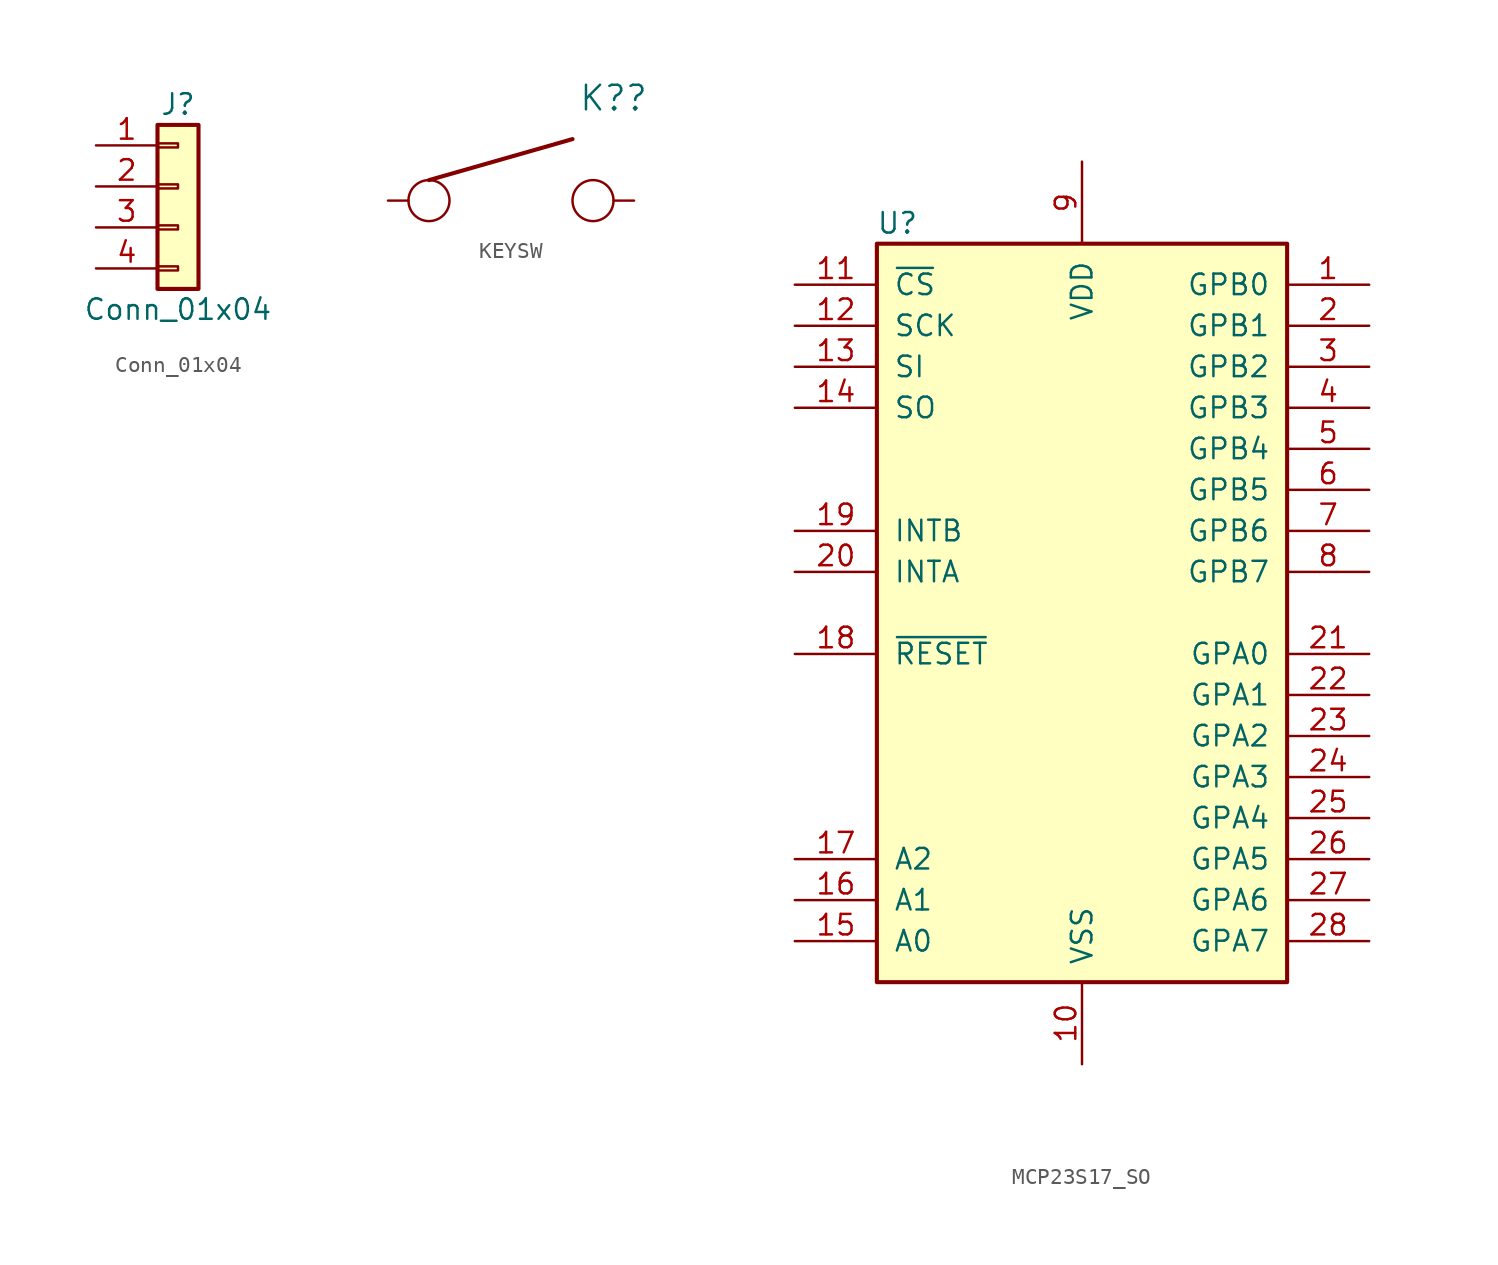
<source format=kicad_sym>
(kicad_symbol_lib
  (version 20211014)
  (generator kicad_symbol_editor)
  (symbol "Conn_01x04"
    (pin_names
      (offset 1.016) hide)
    (property "Reference" "J"
      (at 0 5.08 0)
      (effects (font (size 1.27 1.27))))
    (property "Value" "Conn_01x04"
      (at 0 -7.62 0)
      (effects (font (size 1.27 1.27))))
    (symbol "Conn_01x04_1_1"
      (rectangle (start -1.27 -4.953) (end 0 -5.207) (stroke (width 0.152) (type default) (color 0 0 0 0)) (fill (type none)))
      (rectangle (start -1.27 -2.413) (end 0 -2.667) (stroke (width 0.152) (type default) (color 0 0 0 0)) (fill (type none)))
      (rectangle (start -1.27 0.127) (end 0 -0.127) (stroke (width 0.152) (type default) (color 0 0 0 0)) (fill (type none)))
      (rectangle (start -1.27 2.667) (end 0 2.413) (stroke (width 0.152) (type default) (color 0 0 0 0)) (fill (type none)))
      (rectangle (start -1.27 3.81) (end 1.27 -6.35) (stroke (width 0.254) (type default) (color 0 0 0 0)) (fill (type background)))
      (pin power_out line (at -5.08 2.54 0) (length 3.81) (name "Pin_1" (effects (font (size 1.27 1.27)))) (number "1" (effects (font (size 1.27 1.27)))))
      (pin passive line (at -5.08 0 0) (length 3.81) (name "Pin_2" (effects (font (size 1.27 1.27)))) (number "2" (effects (font (size 1.27 1.27)))))
      (pin passive line (at -5.08 -2.54 0) (length 3.81) (name "Pin_3" (effects (font (size 1.27 1.27)))) (number "3" (effects (font (size 1.27 1.27)))))
      (pin power_out line (at -5.08 -5.08 0) (length 3.81) (name "Pin_4" (effects (font (size 1.27 1.27)))) (number "4" (effects (font (size 1.27 1.27)))))))
  (symbol "KEYSW"
    (pin_numbers hide)
    (pin_names
      (offset 0))
    (property "Reference" "K?"
      (at 6.35 6.35 0)
      (effects (font (size 1.524 1.524))))
    (property "Footprint" ""
      (at 0 0 0)
      (effects (font (size 1.524 1.524))))
    (property "Datasheet" ""
      (at 0 0 0)
      (effects (font (size 1.524 1.524))))
    (symbol "KEYSW_0_1"
      (circle (center -5.08 0) (radius 1.27) (stroke (width 0) (type default) (color 0 0 0 0)) (fill (type none)))
      (polyline (pts (xy -5.08 1.27) (xy 3.81 3.81)) (stroke (width 0.254) (type default) (color 0 0 0 0)) (fill (type none)))
      (circle (center 5.08 0) (radius 1.27) (stroke (width 0) (type default) (color 0 0 0 0)) (fill (type none))))
    (symbol "KEYSW_1_1"
      (pin passive line (at 7.62 0 180) (length 1.27) (name "~" (effects (font (size 1.524 1.524)))) (number "1" (effects (font (size 1.524 1.524)))))
      (pin passive line (at -7.62 0 0) (length 1.27) (name "~" (effects (font (size 1.524 1.524)))) (number "2" (effects (font (size 1.524 1.524)))))))
  (symbol "MCP23S17_SO"
    (pin_names
      (offset 1.016))
    (property "Reference" "U"
      (at -11.43 24.13 0)
      (effects (font (size 1.27 1.27))))
    (symbol "MCP23S17_SO_0_1"
      (rectangle (start -12.7 22.86) (end 12.7 -22.86) (stroke (width 0.254) (type default) (color 0 0 0 0)) (fill (type background))))
    (symbol "MCP23S17_SO_1_1"
      (pin bidirectional line (at 17.78 20.32 180) (length 5.08) (name "GPB0" (effects (font (size 1.27 1.27)))) (number "1" (effects (font (size 1.27 1.27)))))
      (pin power_in line (at 0 -27.94 90) (length 5.08) (name "VSS" (effects (font (size 1.27 1.27)))) (number "10" (effects (font (size 1.27 1.27)))))
      (pin input line (at -17.78 20.32 0) (length 5.08) (name "~{CS}" (effects (font (size 1.27 1.27)))) (number "11" (effects (font (size 1.27 1.27)))))
      (pin input line (at -17.78 17.78 0) (length 5.08) (name "SCK" (effects (font (size 1.27 1.27)))) (number "12" (effects (font (size 1.27 1.27)))))
      (pin input line (at -17.78 15.24 0) (length 5.08) (name "SI" (effects (font (size 1.27 1.27)))) (number "13" (effects (font (size 1.27 1.27)))))
      (pin output line (at -17.78 12.7 0) (length 5.08) (name "SO" (effects (font (size 1.27 1.27)))) (number "14" (effects (font (size 1.27 1.27)))))
      (pin input line (at -17.78 -20.32 0) (length 5.08) (name "A0" (effects (font (size 1.27 1.27)))) (number "15" (effects (font (size 1.27 1.27)))))
      (pin input line (at -17.78 -17.78 0) (length 5.08) (name "A1" (effects (font (size 1.27 1.27)))) (number "16" (effects (font (size 1.27 1.27)))))
      (pin input line (at -17.78 -15.24 0) (length 5.08) (name "A2" (effects (font (size 1.27 1.27)))) (number "17" (effects (font (size 1.27 1.27)))))
      (pin input line (at -17.78 -2.54 0) (length 5.08) (name "~{RESET}" (effects (font (size 1.27 1.27)))) (number "18" (effects (font (size 1.27 1.27)))))
      (pin tri_state line (at -17.78 5.08 0) (length 5.08) (name "INTB" (effects (font (size 1.27 1.27)))) (number "19" (effects (font (size 1.27 1.27)))))
      (pin bidirectional line (at 17.78 17.78 180) (length 5.08) (name "GPB1" (effects (font (size 1.27 1.27)))) (number "2" (effects (font (size 1.27 1.27)))))
      (pin tri_state line (at -17.78 2.54 0) (length 5.08) (name "INTA" (effects (font (size 1.27 1.27)))) (number "20" (effects (font (size 1.27 1.27)))))
      (pin bidirectional line (at 17.78 -2.54 180) (length 5.08) (name "GPA0" (effects (font (size 1.27 1.27)))) (number "21" (effects (font (size 1.27 1.27)))))
      (pin bidirectional line (at 17.78 -5.08 180) (length 5.08) (name "GPA1" (effects (font (size 1.27 1.27)))) (number "22" (effects (font (size 1.27 1.27)))))
      (pin bidirectional line (at 17.78 -7.62 180) (length 5.08) (name "GPA2" (effects (font (size 1.27 1.27)))) (number "23" (effects (font (size 1.27 1.27)))))
      (pin bidirectional line (at 17.78 -10.16 180) (length 5.08) (name "GPA3" (effects (font (size 1.27 1.27)))) (number "24" (effects (font (size 1.27 1.27)))))
      (pin bidirectional line (at 17.78 -12.7 180) (length 5.08) (name "GPA4" (effects (font (size 1.27 1.27)))) (number "25" (effects (font (size 1.27 1.27)))))
      (pin bidirectional line (at 17.78 -15.24 180) (length 5.08) (name "GPA5" (effects (font (size 1.27 1.27)))) (number "26" (effects (font (size 1.27 1.27)))))
      (pin bidirectional line (at 17.78 -17.78 180) (length 5.08) (name "GPA6" (effects (font (size 1.27 1.27)))) (number "27" (effects (font (size 1.27 1.27)))))
      (pin bidirectional line (at 17.78 -20.32 180) (length 5.08) (name "GPA7" (effects (font (size 1.27 1.27)))) (number "28" (effects (font (size 1.27 1.27)))))
      (pin bidirectional line (at 17.78 15.24 180) (length 5.08) (name "GPB2" (effects (font (size 1.27 1.27)))) (number "3" (effects (font (size 1.27 1.27)))))
      (pin bidirectional line (at 17.78 12.7 180) (length 5.08) (name "GPB3" (effects (font (size 1.27 1.27)))) (number "4" (effects (font (size 1.27 1.27)))))
      (pin bidirectional line (at 17.78 10.16 180) (length 5.08) (name "GPB4" (effects (font (size 1.27 1.27)))) (number "5" (effects (font (size 1.27 1.27)))))
      (pin bidirectional line (at 17.78 7.62 180) (length 5.08) (name "GPB5" (effects (font (size 1.27 1.27)))) (number "6" (effects (font (size 1.27 1.27)))))
      (pin bidirectional line (at 17.78 5.08 180) (length 5.08) (name "GPB6" (effects (font (size 1.27 1.27)))) (number "7" (effects (font (size 1.27 1.27)))))
      (pin bidirectional line (at 17.78 2.54 180) (length 5.08) (name "GPB7" (effects (font (size 1.27 1.27)))) (number "8" (effects (font (size 1.27 1.27)))))
      (pin power_in line (at 0 27.94 270) (length 5.08) (name "VDD" (effects (font (size 1.27 1.27)))) (number "9" (effects (font (size 1.27 1.27))))))))
</source>
